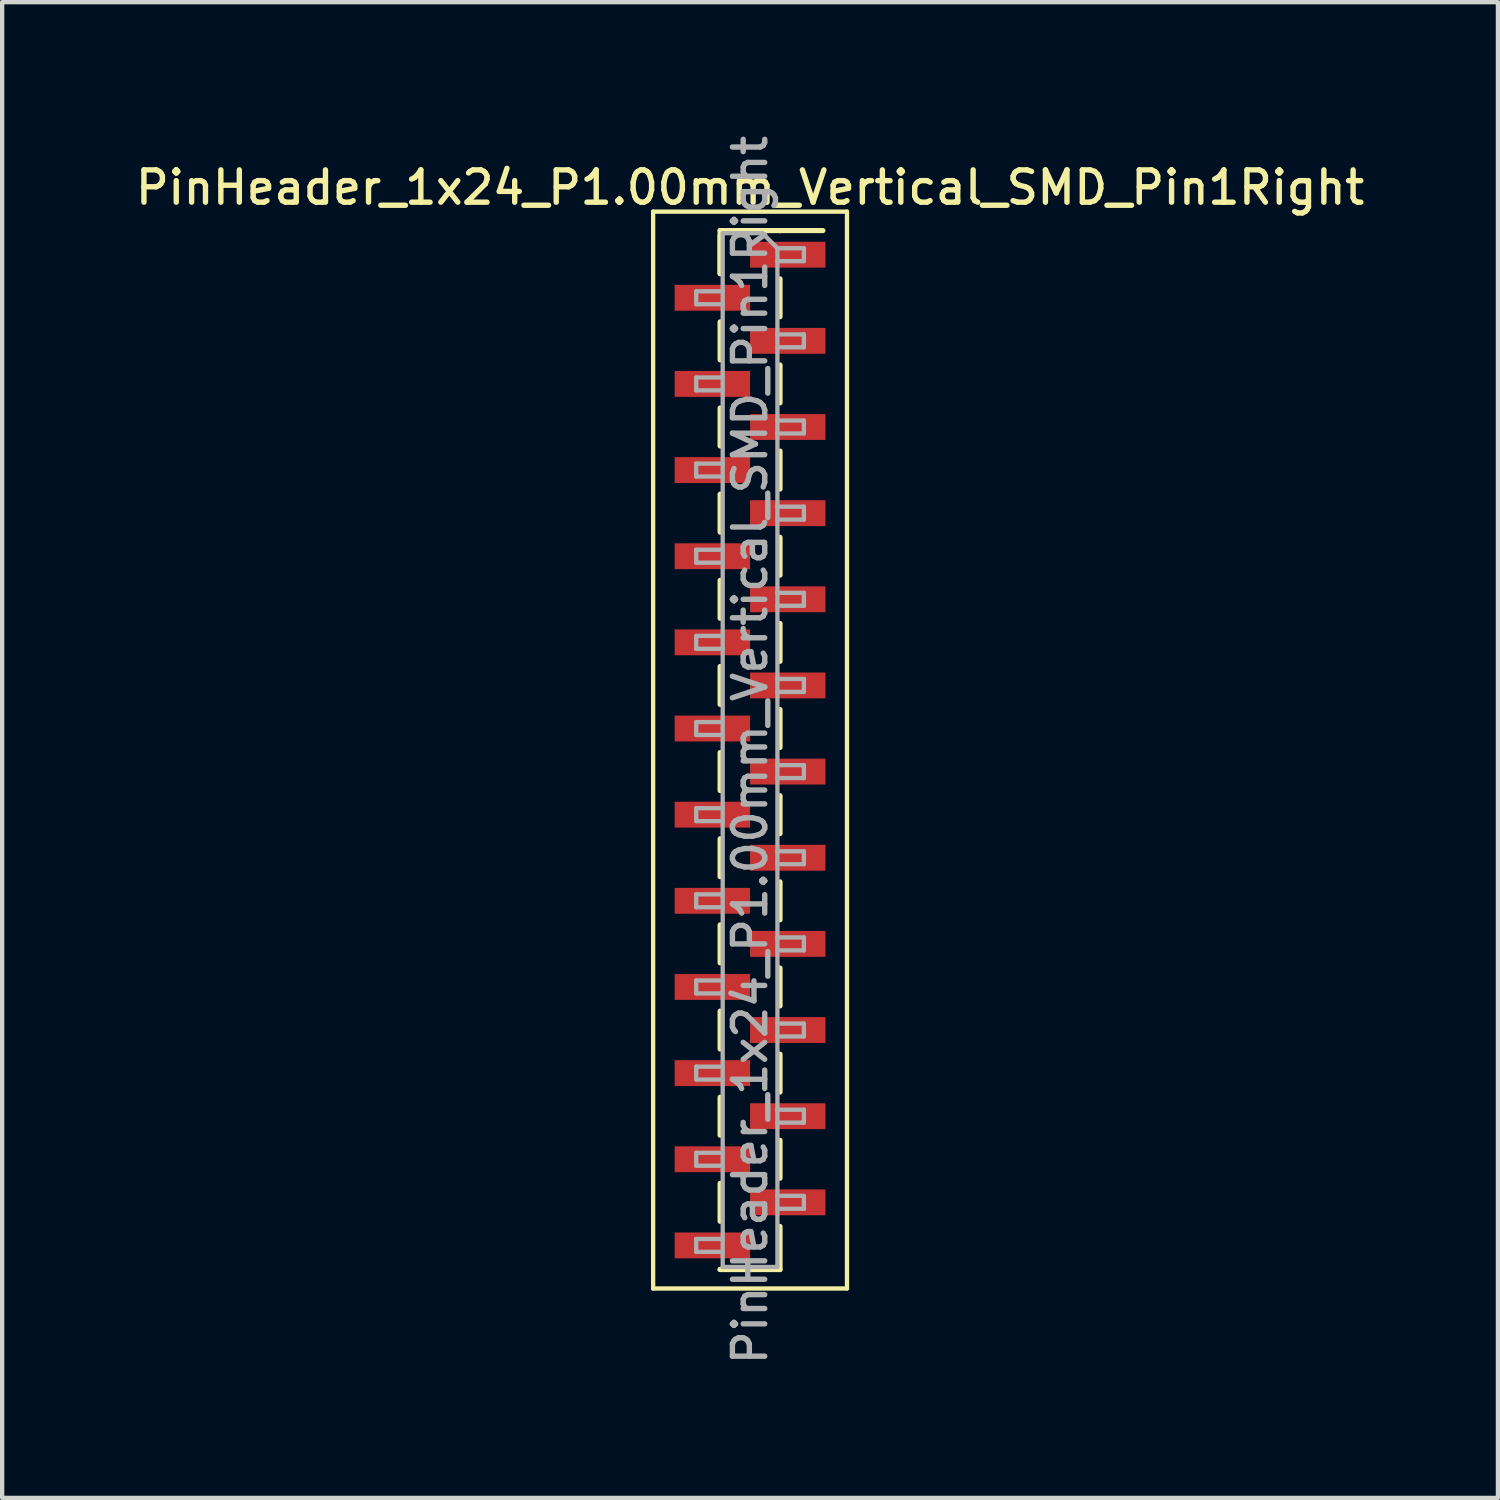
<source format=kicad_pcb>
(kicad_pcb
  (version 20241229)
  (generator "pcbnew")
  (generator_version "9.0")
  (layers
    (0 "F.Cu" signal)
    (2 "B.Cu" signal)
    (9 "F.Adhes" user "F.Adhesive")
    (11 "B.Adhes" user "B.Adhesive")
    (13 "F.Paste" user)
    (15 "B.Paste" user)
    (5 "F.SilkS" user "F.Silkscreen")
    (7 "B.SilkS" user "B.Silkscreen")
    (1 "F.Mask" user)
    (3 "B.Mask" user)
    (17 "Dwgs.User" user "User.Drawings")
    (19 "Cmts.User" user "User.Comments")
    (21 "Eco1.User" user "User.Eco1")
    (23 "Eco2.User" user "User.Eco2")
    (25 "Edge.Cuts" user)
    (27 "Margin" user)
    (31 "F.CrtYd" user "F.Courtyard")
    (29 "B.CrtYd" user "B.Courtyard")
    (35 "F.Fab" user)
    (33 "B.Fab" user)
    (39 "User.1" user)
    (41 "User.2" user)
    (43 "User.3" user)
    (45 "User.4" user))
  (footprint "PinHeader_1x24_P1.00mm_Vertical_SMD_Pin1Right"
    (layer "F.Cu")
    (at 14.363 14.363)
    (property "Reference" "PinHeader_1x24_P1.00mm_Vertical_SMD_Pin1Right" (at 0 -13.06 0) (layer "F.SilkS") (effects (font (size 0.75 0.75) (thickness 0.125))))
    (attr smd)
    (fp_line (start -2.25 -12.5) (end -2.25 12.5) (stroke (width 0.1) (type solid)) (layer "F.SilkS"))
    (fp_line (start -2.25 12.5) (end 2.25 12.5) (stroke (width 0.1) (type solid)) (layer "F.SilkS"))
    (fp_line (start -0.695 -12.06) (end -0.695 -11.06) (stroke (width 0.12) (type solid)) (layer "F.SilkS"))
    (fp_line (start -0.695 -12.06) (end 0.695 -12.06) (stroke (width 0.12) (type solid)) (layer "F.SilkS"))
    (fp_line (start -0.695 -11.94) (end -0.695 -11.06) (stroke (width 0.12) (type solid)) (layer "F.SilkS"))
    (fp_line (start -0.695 -9.94) (end -0.695 -9.06) (stroke (width 0.12) (type solid)) (layer "F.SilkS"))
    (fp_line (start -0.695 -7.94) (end -0.695 -7.06) (stroke (width 0.12) (type solid)) (layer "F.SilkS"))
    (fp_line (start -0.695 -5.94) (end -0.695 -5.06) (stroke (width 0.12) (type solid)) (layer "F.SilkS"))
    (fp_line (start -0.695 -3.94) (end -0.695 -3.06) (stroke (width 0.12) (type solid)) (layer "F.SilkS"))
    (fp_line (start -0.695 -1.94) (end -0.695 -1.06) (stroke (width 0.12) (type solid)) (layer "F.SilkS"))
    (fp_line (start -0.695 0.06) (end -0.695 0.94) (stroke (width 0.12) (type solid)) (layer "F.SilkS"))
    (fp_line (start -0.695 2.06) (end -0.695 2.94) (stroke (width 0.12) (type solid)) (layer "F.SilkS"))
    (fp_line (start -0.695 4.06) (end -0.695 4.94) (stroke (width 0.12) (type solid)) (layer "F.SilkS"))
    (fp_line (start -0.695 6.06) (end -0.695 6.94) (stroke (width 0.12) (type solid)) (layer "F.SilkS"))
    (fp_line (start -0.695 8.06) (end -0.695 8.94) (stroke (width 0.12) (type solid)) (layer "F.SilkS"))
    (fp_line (start -0.695 10.06) (end -0.695 10.94) (stroke (width 0.12) (type solid)) (layer "F.SilkS"))
    (fp_line (start -0.695 12.06) (end -0.695 12.06) (stroke (width 0.12) (type solid)) (layer "F.SilkS"))
    (fp_line (start -0.695 12.06) (end 0.695 12.06) (stroke (width 0.12) (type solid)) (layer "F.SilkS"))
    (fp_line (start 0.695 -12.06) (end 0.695 -12.06) (stroke (width 0.12) (type solid)) (layer "F.SilkS"))
    (fp_line (start 0.695 -12.06) (end 1.69 -12.06) (stroke (width 0.12) (type solid)) (layer "F.SilkS"))
    (fp_line (start 0.695 -10.94) (end 0.695 -10.06) (stroke (width 0.12) (type solid)) (layer "F.SilkS"))
    (fp_line (start 0.695 -8.94) (end 0.695 -8.06) (stroke (width 0.12) (type solid)) (layer "F.SilkS"))
    (fp_line (start 0.695 -6.94) (end 0.695 -6.06) (stroke (width 0.12) (type solid)) (layer "F.SilkS"))
    (fp_line (start 0.695 -4.94) (end 0.695 -4.06) (stroke (width 0.12) (type solid)) (layer "F.SilkS"))
    (fp_line (start 0.695 -2.94) (end 0.695 -2.06) (stroke (width 0.12) (type solid)) (layer "F.SilkS"))
    (fp_line (start 0.695 -0.94) (end 0.695 -0.06) (stroke (width 0.12) (type solid)) (layer "F.SilkS"))
    (fp_line (start 0.695 1.06) (end 0.695 1.94) (stroke (width 0.12) (type solid)) (layer "F.SilkS"))
    (fp_line (start 0.695 3.06) (end 0.695 3.94) (stroke (width 0.12) (type solid)) (layer "F.SilkS"))
    (fp_line (start 0.695 5.06) (end 0.695 5.94) (stroke (width 0.12) (type solid)) (layer "F.SilkS"))
    (fp_line (start 0.695 7.06) (end 0.695 7.94) (stroke (width 0.12) (type solid)) (layer "F.SilkS"))
    (fp_line (start 0.695 9.06) (end 0.695 9.94) (stroke (width 0.12) (type solid)) (layer "F.SilkS"))
    (fp_line (start 0.695 11.06) (end 0.695 12.06) (stroke (width 0.12) (type solid)) (layer "F.SilkS"))
    (fp_line (start 2.25 -12.5) (end -2.25 -12.5) (stroke (width 0.1) (type solid)) (layer "F.SilkS"))
    (fp_line (start 2.25 12.5) (end 2.25 -12.5) (stroke (width 0.1) (type solid)) (layer "F.SilkS"))
    (fp_line (start -1.25 -10.65) (end -1.25 -10.35) (stroke (width 0.1) (type solid)) (layer "F.Fab"))
    (fp_line (start -1.25 -10.35) (end -0.635 -10.35) (stroke (width 0.1) (type solid)) (layer "F.Fab"))
    (fp_line (start -1.25 -8.65) (end -1.25 -8.35) (stroke (width 0.1) (type solid)) (layer "F.Fab"))
    (fp_line (start -1.25 -8.35) (end -0.635 -8.35) (stroke (width 0.1) (type solid)) (layer "F.Fab"))
    (fp_line (start -1.25 -6.65) (end -1.25 -6.35) (stroke (width 0.1) (type solid)) (layer "F.Fab"))
    (fp_line (start -1.25 -6.35) (end -0.635 -6.35) (stroke (width 0.1) (type solid)) (layer "F.Fab"))
    (fp_line (start -1.25 -4.65) (end -1.25 -4.35) (stroke (width 0.1) (type solid)) (layer "F.Fab"))
    (fp_line (start -1.25 -4.35) (end -0.635 -4.35) (stroke (width 0.1) (type solid)) (layer "F.Fab"))
    (fp_line (start -1.25 -2.65) (end -1.25 -2.35) (stroke (width 0.1) (type solid)) (layer "F.Fab"))
    (fp_line (start -1.25 -2.35) (end -0.635 -2.35) (stroke (width 0.1) (type solid)) (layer "F.Fab"))
    (fp_line (start -1.25 -0.65) (end -1.25 -0.35) (stroke (width 0.1) (type solid)) (layer "F.Fab"))
    (fp_line (start -1.25 -0.35) (end -0.635 -0.35) (stroke (width 0.1) (type solid)) (layer "F.Fab"))
    (fp_line (start -1.25 1.35) (end -1.25 1.65) (stroke (width 0.1) (type solid)) (layer "F.Fab"))
    (fp_line (start -1.25 1.65) (end -0.635 1.65) (stroke (width 0.1) (type solid)) (layer "F.Fab"))
    (fp_line (start -1.25 3.35) (end -1.25 3.65) (stroke (width 0.1) (type solid)) (layer "F.Fab"))
    (fp_line (start -1.25 3.65) (end -0.635 3.65) (stroke (width 0.1) (type solid)) (layer "F.Fab"))
    (fp_line (start -1.25 5.35) (end -1.25 5.65) (stroke (width 0.1) (type solid)) (layer "F.Fab"))
    (fp_line (start -1.25 5.65) (end -0.635 5.65) (stroke (width 0.1) (type solid)) (layer "F.Fab"))
    (fp_line (start -1.25 7.35) (end -1.25 7.65) (stroke (width 0.1) (type solid)) (layer "F.Fab"))
    (fp_line (start -1.25 7.65) (end -0.635 7.65) (stroke (width 0.1) (type solid)) (layer "F.Fab"))
    (fp_line (start -1.25 9.35) (end -1.25 9.65) (stroke (width 0.1) (type solid)) (layer "F.Fab"))
    (fp_line (start -1.25 9.65) (end -0.635 9.65) (stroke (width 0.1) (type solid)) (layer "F.Fab"))
    (fp_line (start -1.25 11.35) (end -1.25 11.65) (stroke (width 0.1) (type solid)) (layer "F.Fab"))
    (fp_line (start -1.25 11.65) (end -0.635 11.65) (stroke (width 0.1) (type solid)) (layer "F.Fab"))
    (fp_line (start -0.635 -12) (end -0.635 12) (stroke (width 0.1) (type solid)) (layer "F.Fab"))
    (fp_line (start -0.635 -12) (end 0.285 -12) (stroke (width 0.1) (type solid)) (layer "F.Fab"))
    (fp_line (start -0.635 -10.65) (end -1.25 -10.65) (stroke (width 0.1) (type solid)) (layer "F.Fab"))
    (fp_line (start -0.635 -8.65) (end -1.25 -8.65) (stroke (width 0.1) (type solid)) (layer "F.Fab"))
    (fp_line (start -0.635 -6.65) (end -1.25 -6.65) (stroke (width 0.1) (type solid)) (layer "F.Fab"))
    (fp_line (start -0.635 -4.65) (end -1.25 -4.65) (stroke (width 0.1) (type solid)) (layer "F.Fab"))
    (fp_line (start -0.635 -2.65) (end -1.25 -2.65) (stroke (width 0.1) (type solid)) (layer "F.Fab"))
    (fp_line (start -0.635 -0.65) (end -1.25 -0.65) (stroke (width 0.1) (type solid)) (layer "F.Fab"))
    (fp_line (start -0.635 1.35) (end -1.25 1.35) (stroke (width 0.1) (type solid)) (layer "F.Fab"))
    (fp_line (start -0.635 3.35) (end -1.25 3.35) (stroke (width 0.1) (type solid)) (layer "F.Fab"))
    (fp_line (start -0.635 5.35) (end -1.25 5.35) (stroke (width 0.1) (type solid)) (layer "F.Fab"))
    (fp_line (start -0.635 7.35) (end -1.25 7.35) (stroke (width 0.1) (type solid)) (layer "F.Fab"))
    (fp_line (start -0.635 9.35) (end -1.25 9.35) (stroke (width 0.1) (type solid)) (layer "F.Fab"))
    (fp_line (start -0.635 11.35) (end -1.25 11.35) (stroke (width 0.1) (type solid)) (layer "F.Fab"))
    (fp_line (start 0.635 -11.65) (end 0.285 -12) (stroke (width 0.1) (type solid)) (layer "F.Fab"))
    (fp_line (start 0.635 -11.65) (end 1.25 -11.65) (stroke (width 0.1) (type solid)) (layer "F.Fab"))
    (fp_line (start 0.635 -9.65) (end 1.25 -9.65) (stroke (width 0.1) (type solid)) (layer "F.Fab"))
    (fp_line (start 0.635 -7.65) (end 1.25 -7.65) (stroke (width 0.1) (type solid)) (layer "F.Fab"))
    (fp_line (start 0.635 -5.65) (end 1.25 -5.65) (stroke (width 0.1) (type solid)) (layer "F.Fab"))
    (fp_line (start 0.635 -3.65) (end 1.25 -3.65) (stroke (width 0.1) (type solid)) (layer "F.Fab"))
    (fp_line (start 0.635 -1.65) (end 1.25 -1.65) (stroke (width 0.1) (type solid)) (layer "F.Fab"))
    (fp_line (start 0.635 0.35) (end 1.25 0.35) (stroke (width 0.1) (type solid)) (layer "F.Fab"))
    (fp_line (start 0.635 2.35) (end 1.25 2.35) (stroke (width 0.1) (type solid)) (layer "F.Fab"))
    (fp_line (start 0.635 4.35) (end 1.25 4.35) (stroke (width 0.1) (type solid)) (layer "F.Fab"))
    (fp_line (start 0.635 6.35) (end 1.25 6.35) (stroke (width 0.1) (type solid)) (layer "F.Fab"))
    (fp_line (start 0.635 8.35) (end 1.25 8.35) (stroke (width 0.1) (type solid)) (layer "F.Fab"))
    (fp_line (start 0.635 10.35) (end 1.25 10.35) (stroke (width 0.1) (type solid)) (layer "F.Fab"))
    (fp_line (start 0.635 12) (end -0.635 12) (stroke (width 0.1) (type solid)) (layer "F.Fab"))
    (fp_line (start 0.635 12) (end 0.635 -11.65) (stroke (width 0.1) (type solid)) (layer "F.Fab"))
    (fp_line (start 1.25 -11.65) (end 1.25 -11.35) (stroke (width 0.1) (type solid)) (layer "F.Fab"))
    (fp_line (start 1.25 -11.35) (end 0.635 -11.35) (stroke (width 0.1) (type solid)) (layer "F.Fab"))
    (fp_line (start 1.25 -9.65) (end 1.25 -9.35) (stroke (width 0.1) (type solid)) (layer "F.Fab"))
    (fp_line (start 1.25 -9.35) (end 0.635 -9.35) (stroke (width 0.1) (type solid)) (layer "F.Fab"))
    (fp_line (start 1.25 -7.65) (end 1.25 -7.35) (stroke (width 0.1) (type solid)) (layer "F.Fab"))
    (fp_line (start 1.25 -7.35) (end 0.635 -7.35) (stroke (width 0.1) (type solid)) (layer "F.Fab"))
    (fp_line (start 1.25 -5.65) (end 1.25 -5.35) (stroke (width 0.1) (type solid)) (layer "F.Fab"))
    (fp_line (start 1.25 -5.35) (end 0.635 -5.35) (stroke (width 0.1) (type solid)) (layer "F.Fab"))
    (fp_line (start 1.25 -3.65) (end 1.25 -3.35) (stroke (width 0.1) (type solid)) (layer "F.Fab"))
    (fp_line (start 1.25 -3.35) (end 0.635 -3.35) (stroke (width 0.1) (type solid)) (layer "F.Fab"))
    (fp_line (start 1.25 -1.65) (end 1.25 -1.35) (stroke (width 0.1) (type solid)) (layer "F.Fab"))
    (fp_line (start 1.25 -1.35) (end 0.635 -1.35) (stroke (width 0.1) (type solid)) (layer "F.Fab"))
    (fp_line (start 1.25 0.35) (end 1.25 0.65) (stroke (width 0.1) (type solid)) (layer "F.Fab"))
    (fp_line (start 1.25 0.65) (end 0.635 0.65) (stroke (width 0.1) (type solid)) (layer "F.Fab"))
    (fp_line (start 1.25 2.35) (end 1.25 2.65) (stroke (width 0.1) (type solid)) (layer "F.Fab"))
    (fp_line (start 1.25 2.65) (end 0.635 2.65) (stroke (width 0.1) (type solid)) (layer "F.Fab"))
    (fp_line (start 1.25 4.35) (end 1.25 4.65) (stroke (width 0.1) (type solid)) (layer "F.Fab"))
    (fp_line (start 1.25 4.65) (end 0.635 4.65) (stroke (width 0.1) (type solid)) (layer "F.Fab"))
    (fp_line (start 1.25 6.35) (end 1.25 6.65) (stroke (width 0.1) (type solid)) (layer "F.Fab"))
    (fp_line (start 1.25 6.65) (end 0.635 6.65) (stroke (width 0.1) (type solid)) (layer "F.Fab"))
    (fp_line (start 1.25 8.35) (end 1.25 8.65) (stroke (width 0.1) (type solid)) (layer "F.Fab"))
    (fp_line (start 1.25 8.65) (end 0.635 8.65) (stroke (width 0.1) (type solid)) (layer "F.Fab"))
    (fp_line (start 1.25 10.35) (end 1.25 10.65) (stroke (width 0.1) (type solid)) (layer "F.Fab"))
    (fp_line (start 1.25 10.65) (end 0.635 10.65) (stroke (width 0.1) (type solid)) (layer "F.Fab"))
    (fp_text user "${REFERENCE}" (at 0 0 90) (layer "F.Fab") (effects (font (size 0.75 0.75) (thickness 0.125))))
    (pad "1" smd rect (at 0.875 -11.5) (size 1.75 0.6) (layers "F.Cu" "F.Mask" "F.Paste"))
    (pad "2" smd rect (at -0.875 -10.5) (size 1.75 0.6) (layers "F.Cu" "F.Mask" "F.Paste"))
    (pad "3" smd rect (at 0.875 -9.5) (size 1.75 0.6) (layers "F.Cu" "F.Mask" "F.Paste"))
    (pad "4" smd rect (at -0.875 -8.5) (size 1.75 0.6) (layers "F.Cu" "F.Mask" "F.Paste"))
    (pad "5" smd rect (at 0.875 -7.5) (size 1.75 0.6) (layers "F.Cu" "F.Mask" "F.Paste"))
    (pad "6" smd rect (at -0.875 -6.5) (size 1.75 0.6) (layers "F.Cu" "F.Mask" "F.Paste"))
    (pad "7" smd rect (at 0.875 -5.5) (size 1.75 0.6) (layers "F.Cu" "F.Mask" "F.Paste"))
    (pad "8" smd rect (at -0.875 -4.5) (size 1.75 0.6) (layers "F.Cu" "F.Mask" "F.Paste"))
    (pad "9" smd rect (at 0.875 -3.5) (size 1.75 0.6) (layers "F.Cu" "F.Mask" "F.Paste"))
    (pad "10" smd rect (at -0.875 -2.5) (size 1.75 0.6) (layers "F.Cu" "F.Mask" "F.Paste"))
    (pad "11" smd rect (at 0.875 -1.5) (size 1.75 0.6) (layers "F.Cu" "F.Mask" "F.Paste"))
    (pad "12" smd rect (at -0.875 -0.5) (size 1.75 0.6) (layers "F.Cu" "F.Mask" "F.Paste"))
    (pad "13" smd rect (at 0.875 0.5) (size 1.75 0.6) (layers "F.Cu" "F.Mask" "F.Paste"))
    (pad "14" smd rect (at -0.875 1.5) (size 1.75 0.6) (layers "F.Cu" "F.Mask" "F.Paste"))
    (pad "15" smd rect (at 0.875 2.5) (size 1.75 0.6) (layers "F.Cu" "F.Mask" "F.Paste"))
    (pad "16" smd rect (at -0.875 3.5) (size 1.75 0.6) (layers "F.Cu" "F.Mask" "F.Paste"))
    (pad "17" smd rect (at 0.875 4.5) (size 1.75 0.6) (layers "F.Cu" "F.Mask" "F.Paste"))
    (pad "18" smd rect (at -0.875 5.5) (size 1.75 0.6) (layers "F.Cu" "F.Mask" "F.Paste"))
    (pad "19" smd rect (at 0.875 6.5) (size 1.75 0.6) (layers "F.Cu" "F.Mask" "F.Paste"))
    (pad "20" smd rect (at -0.875 7.5) (size 1.75 0.6) (layers "F.Cu" "F.Mask" "F.Paste"))
    (pad "21" smd rect (at 0.875 8.5) (size 1.75 0.6) (layers "F.Cu" "F.Mask" "F.Paste"))
    (pad "22" smd rect (at -0.875 9.5) (size 1.75 0.6) (layers "F.Cu" "F.Mask" "F.Paste"))
    (pad "23" smd rect (at 0.875 10.5) (size 1.75 0.6) (layers "F.Cu" "F.Mask" "F.Paste"))
    (pad "24" smd rect (at -0.875 11.5) (size 1.75 0.6) (layers "F.Cu" "F.Mask" "F.Paste")))
  (gr_rect
    (start -3 -3)
    (end 31.725 31.725)
    (stroke (width 0.1) (type default))
    (fill no)
    (layer "Edge.Cuts")))
</source>
